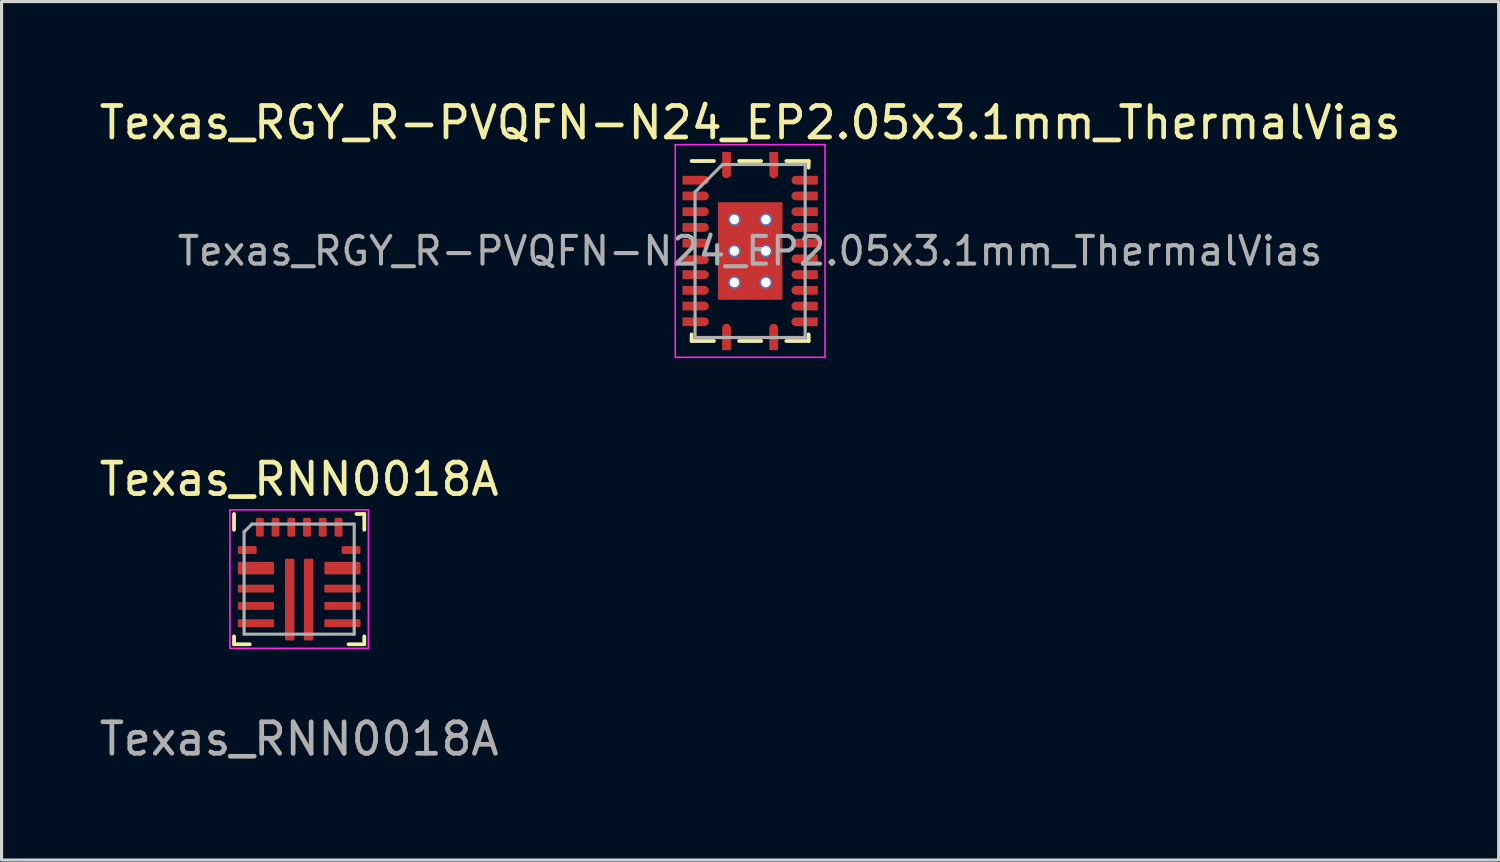
<source format=kicad_pcb>
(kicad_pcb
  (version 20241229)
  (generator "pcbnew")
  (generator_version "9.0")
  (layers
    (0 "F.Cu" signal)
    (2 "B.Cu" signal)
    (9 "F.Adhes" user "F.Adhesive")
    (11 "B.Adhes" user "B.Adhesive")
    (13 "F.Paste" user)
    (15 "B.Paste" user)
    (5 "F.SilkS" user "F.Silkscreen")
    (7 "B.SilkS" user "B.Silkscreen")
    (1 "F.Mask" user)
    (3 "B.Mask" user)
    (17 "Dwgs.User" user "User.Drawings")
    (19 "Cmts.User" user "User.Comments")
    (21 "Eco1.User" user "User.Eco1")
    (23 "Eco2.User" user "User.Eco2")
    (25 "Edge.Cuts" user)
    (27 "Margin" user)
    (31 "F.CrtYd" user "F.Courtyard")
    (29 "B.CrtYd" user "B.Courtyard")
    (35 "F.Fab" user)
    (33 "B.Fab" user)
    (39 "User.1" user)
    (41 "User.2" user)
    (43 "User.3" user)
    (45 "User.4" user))
  (footprint "Texas_RNN0018A"
    (layer "F.Cu")
    (at 6.458 15.357)
    (property "Reference" "Texas_RNN0018A" (at 0 -3.175 0) (layer "F.SilkS") (effects (font (size 1 1) (thickness 0.15))))
    (attr smd)
    (fp_line (start -2.07 -2.07) (end -2.07 -1.57) (stroke (width 0.12) (type solid)) (layer "F.SilkS"))
    (fp_line (start -2.07 1.82) (end -2.07 2.07) (stroke (width 0.12) (type solid)) (layer "F.SilkS"))
    (fp_line (start -2.07 2.07) (end -1.57 2.07) (stroke (width 0.12) (type solid)) (layer "F.SilkS"))
    (fp_line (start 1.82 -2.07) (end 2.07 -2.07) (stroke (width 0.12) (type solid)) (layer "F.SilkS"))
    (fp_line (start 2.07 -2.07) (end 2.07 -1.57) (stroke (width 0.12) (type solid)) (layer "F.SilkS"))
    (fp_line (start 2.07 1.82) (end 2.07 2.07) (stroke (width 0.12) (type solid)) (layer "F.SilkS"))
    (fp_line (start 2.07 2.07) (end 1.57 2.07) (stroke (width 0.12) (type solid)) (layer "F.SilkS"))
    (fp_line (start -2.2 -2.2) (end 2.2 -2.2) (stroke (width 0.05) (type solid)) (layer "F.CrtYd"))
    (fp_line (start -2.2 2.2) (end -2.2 -2.2) (stroke (width 0.05) (type solid)) (layer "F.CrtYd"))
    (fp_line (start 2.2 -2.2) (end 2.2 2.2) (stroke (width 0.05) (type solid)) (layer "F.CrtYd"))
    (fp_line (start 2.2 2.2) (end -2.2 2.2) (stroke (width 0.05) (type solid)) (layer "F.CrtYd"))
    (fp_line (start -1.75 1.75) (end -1.75 -1.5) (stroke (width 0.1) (type solid)) (layer "F.Fab"))
    (fp_line (start -1.5 -1.75) (end -1.75 -1.5) (stroke (width 0.1) (type solid)) (layer "F.Fab"))
    (fp_line (start -1.5 -1.75) (end 1.75 -1.75) (stroke (width 0.1) (type solid)) (layer "F.Fab"))
    (fp_line (start 1.75 -1.75) (end 1.75 1.75) (stroke (width 0.1) (type solid)) (layer "F.Fab"))
    (fp_line (start 1.75 1.75) (end -1.75 1.75) (stroke (width 0.1) (type solid)) (layer "F.Fab"))
    (fp_text user "${REFERENCE}" (at 0 5.08 0) (layer "F.Fab") (effects (font (size 1 1) (thickness 0.15))))
    (pad "1" smd roundrect (at -1.65 -0.925) (size 0.6 0.25) (layers "F.Cu" "F.Mask" "F.Paste") (roundrect_rratio 0.2))
    (pad "2" smd roundrect (at -1.375 -0.35) (size 1.15 0.4) (layers "F.Cu" "F.Mask" "F.Paste") (roundrect_rratio 0.125))
    (pad "3" smd roundrect (at -1.375 0.3) (size 1.15 0.25) (layers "F.Cu" "F.Mask" "F.Paste") (roundrect_rratio 0.125))
    (pad "4" smd roundrect (at -1.375 0.85) (size 1.15 0.25) (layers "F.Cu" "F.Mask" "F.Paste") (roundrect_rratio 0.125))
    (pad "5" smd roundrect (at -1.375 1.4) (size 1.15 0.25) (layers "F.Cu" "F.Mask" "F.Paste") (roundrect_rratio 0.125))
    (pad "6" smd roundrect (at -0.3 0.65 180) (size 0.3 2.6) (layers "F.Cu" "F.Mask" "F.Paste") (roundrect_rratio 0.166))
    (pad "7" smd roundrect (at 0.3 0.65 180) (size 0.3 2.6) (layers "F.Cu" "F.Mask" "F.Paste") (roundrect_rratio 0.166))
    (pad "8" smd roundrect (at 1.375 1.4) (size 1.15 0.25) (layers "F.Cu" "F.Mask" "F.Paste") (roundrect_rratio 0.125))
    (pad "9" smd roundrect (at 1.375 0.85) (size 1.15 0.25) (layers "F.Cu" "F.Mask" "F.Paste") (roundrect_rratio 0.125))
    (pad "10" smd roundrect (at 1.375 0.3) (size 1.15 0.25) (layers "F.Cu" "F.Mask" "F.Paste") (roundrect_rratio 0.125))
    (pad "11" smd roundrect (at 1.375 -0.35) (size 1.15 0.4) (layers "F.Cu" "F.Mask" "F.Paste") (roundrect_rratio 0.125))
    (pad "12" smd roundrect (at 1.65 -0.925) (size 0.6 0.25) (layers "F.Cu" "F.Mask" "F.Paste") (roundrect_rratio 0.2))
    (pad "13" smd roundrect (at 1.25 -1.65 90) (size 0.6 0.25) (layers "F.Cu" "F.Mask" "F.Paste") (roundrect_rratio 0.2))
    (pad "14" smd roundrect (at 0.75 -1.65 90) (size 0.6 0.25) (layers "F.Cu" "F.Mask" "F.Paste") (roundrect_rratio 0.2))
    (pad "15" smd roundrect (at 0.25 -1.65 90) (size 0.6 0.25) (layers "F.Cu" "F.Mask" "F.Paste") (roundrect_rratio 0.2))
    (pad "16" smd roundrect (at -0.25 -1.65 90) (size 0.6 0.25) (layers "F.Cu" "F.Mask" "F.Paste") (roundrect_rratio 0.2))
    (pad "17" smd roundrect (at -0.75 -1.65 90) (size 0.6 0.25) (layers "F.Cu" "F.Mask" "F.Paste") (roundrect_rratio 0.2))
    (pad "18" smd roundrect (at -1.25 -1.65 90) (size 0.6 0.25) (layers "F.Cu" "F.Mask" "F.Paste") (roundrect_rratio 0.2)))
  (footprint "Texas_RGY_R-PVQFN-N24_EP2.05x3.1mm_ThermalVias"
    (layer "F.Cu")
    (at 20.792 4.928)
    (property "Reference" "Texas_RGY_R-PVQFN-N24_EP2.05x3.1mm_ThermalVias" (at 0 -4.08 0) (layer "F.SilkS") (effects (font (size 1 1) (thickness 0.15))))
    (attr smd)
    (fp_line (start -1.86 2.86) (end -1.86 2.65) (stroke (width 0.12) (type solid)) (layer "F.SilkS"))
    (fp_line (start -1.15 -2.86) (end -1.86 -2.86) (stroke (width 0.12) (type solid)) (layer "F.SilkS"))
    (fp_line (start -1.15 2.86) (end -1.86 2.86) (stroke (width 0.12) (type solid)) (layer "F.SilkS"))
    (fp_line (start 0.35 -2.86) (end -0.35 -2.86) (stroke (width 0.12) (type solid)) (layer "F.SilkS"))
    (fp_line (start 0.35 2.86) (end -0.35 2.86) (stroke (width 0.12) (type solid)) (layer "F.SilkS"))
    (fp_line (start 1.15 -2.86) (end 1.86 -2.86) (stroke (width 0.12) (type solid)) (layer "F.SilkS"))
    (fp_line (start 1.15 2.86) (end 1.86 2.86) (stroke (width 0.12) (type solid)) (layer "F.SilkS"))
    (fp_line (start 1.86 -2.86) (end 1.86 -2.65) (stroke (width 0.12) (type solid)) (layer "F.SilkS"))
    (fp_line (start 1.86 2.86) (end 1.86 2.65) (stroke (width 0.12) (type solid)) (layer "F.SilkS"))
    (fp_line (start -2.38 -3.38) (end -2.38 3.38) (stroke (width 0.05) (type solid)) (layer "F.CrtYd"))
    (fp_line (start -2.38 3.38) (end 2.38 3.38) (stroke (width 0.05) (type solid)) (layer "F.CrtYd"))
    (fp_line (start 2.38 -3.38) (end -2.38 -3.38) (stroke (width 0.05) (type solid)) (layer "F.CrtYd"))
    (fp_line (start 2.38 3.38) (end 2.38 -3.38) (stroke (width 0.05) (type solid)) (layer "F.CrtYd"))
    (fp_line (start -1.75 -1.875) (end -0.875 -2.75) (stroke (width 0.1) (type solid)) (layer "F.Fab"))
    (fp_line (start -1.75 2.75) (end -1.75 -1.875) (stroke (width 0.1) (type solid)) (layer "F.Fab"))
    (fp_line (start -0.875 -2.75) (end 1.75 -2.75) (stroke (width 0.1) (type solid)) (layer "F.Fab"))
    (fp_line (start 1.75 -2.75) (end 1.75 2.75) (stroke (width 0.1) (type solid)) (layer "F.Fab"))
    (fp_line (start 1.75 2.75) (end -1.75 2.75) (stroke (width 0.1) (type solid)) (layer "F.Fab"))
    (fp_text user "${REFERENCE}" (at 0 0 0) (layer "F.Fab") (effects (font (size 0.88 0.88) (thickness 0.13))))
    (pad "" smd rect (at -0.56 -0.81) (size 0.82 1.32) (layers "F.Paste"))
    (pad "" smd rect (at -0.56 0.81) (size 0.82 1.32) (layers "F.Paste"))
    (pad "" smd rect (at 0.56 -0.81) (size 0.82 1.32) (layers "F.Paste"))
    (pad "" smd rect (at 0.56 0.81) (size 0.82 1.32) (layers "F.Paste"))
    (pad "1" smd custom (at -0.75 -2.795) (size 0.28 0.71) (layers "F.Cu" "F.Mask" "F.Paste") (options (anchor rect)) (primitives (gr_circle (center 0 0.343) (end 0.14 0.343) (width 0) (fill yes))))
    (pad "2" smd custom (at -1.795 -2.25) (size 0.71 0.28) (layers "F.Cu" "F.Mask" "F.Paste") (options (anchor rect)) (primitives (gr_circle (center 0.355 0) (end 0.495 0) (width 0) (fill yes))))
    (pad "3" smd custom (at -1.795 -1.75) (size 0.71 0.28) (layers "F.Cu" "F.Mask" "F.Paste") (options (anchor rect)) (primitives (gr_circle (center 0.343 0) (end 0.482 0) (width 0) (fill yes))))
    (pad "4" smd custom (at -1.795 -1.25) (size 0.71 0.28) (layers "F.Cu" "F.Mask" "F.Paste") (options (anchor rect)) (primitives (gr_circle (center 0.343 0) (end 0.482 0) (width 0) (fill yes))))
    (pad "5" smd custom (at -1.795 -0.75) (size 0.71 0.28) (layers "F.Cu" "F.Mask" "F.Paste") (options (anchor rect)) (primitives (gr_circle (center 0.343 0) (end 0.482 0) (width 0) (fill yes))))
    (pad "6" smd custom (at -1.795 -0.25) (size 0.71 0.28) (layers "F.Cu" "F.Mask" "F.Paste") (options (anchor rect)) (primitives (gr_circle (center 0.343 0) (end 0.482 0) (width 0) (fill yes))))
    (pad "7" smd custom (at -1.795 0.28) (size 0.71 0.28) (layers "F.Cu" "F.Mask" "F.Paste") (options (anchor rect)) (primitives (gr_circle (center 0.343 0) (end 0.482 0) (width 0) (fill yes))))
    (pad "8" smd custom (at -1.795 0.75) (size 0.71 0.28) (layers "F.Cu" "F.Mask" "F.Paste") (options (anchor rect)) (primitives (gr_circle (center 0.343 0) (end 0.482 0) (width 0) (fill yes))))
    (pad "9" smd custom (at -1.795 1.25) (size 0.71 0.28) (layers "F.Cu" "F.Mask" "F.Paste") (options (anchor rect)) (primitives (gr_circle (center 0.343 0) (end 0.482 0) (width 0) (fill yes))))
    (pad "10" smd custom (at -1.795 1.75) (size 0.71 0.28) (layers "F.Cu" "F.Mask" "F.Paste") (options (anchor rect)) (primitives (gr_circle (center 0.343 0) (end 0.482 0) (width 0) (fill yes))))
    (pad "11" smd custom (at -1.795 2.25) (size 0.71 0.28) (layers "F.Cu" "F.Mask" "F.Paste") (options (anchor rect)) (primitives (gr_circle (center 0.343 0) (end 0.482 0) (width 0) (fill yes))))
    (pad "12" smd custom (at -0.75 2.795) (size 0.28 0.71) (layers "F.Cu" "F.Mask" "F.Paste") (options (anchor rect)) (primitives (gr_circle (center 0 -0.343) (end 0.14 -0.343) (width 0) (fill yes))))
    (pad "13" smd custom (at 0.75 2.795) (size 0.28 0.71) (layers "F.Cu" "F.Mask" "F.Paste") (options (anchor rect)) (primitives (gr_circle (center 0 -0.343) (end 0.14 -0.343) (width 0) (fill yes))))
    (pad "14" smd custom (at 1.795 2.25) (size 0.71 0.28) (layers "F.Cu" "F.Mask" "F.Paste") (options (anchor rect)) (primitives (gr_circle (center -0.343 0) (end -0.203 0) (width 0) (fill yes))))
    (pad "15" smd custom (at 1.795 1.75) (size 0.71 0.28) (layers "F.Cu" "F.Mask" "F.Paste") (options (anchor rect)) (primitives (gr_circle (center -0.343 0) (end -0.203 0) (width 0) (fill yes))))
    (pad "16" smd custom (at 1.795 1.25) (size 0.71 0.28) (layers "F.Cu" "F.Mask" "F.Paste") (options (anchor rect)) (primitives (gr_circle (center -0.343 0) (end -0.203 0) (width 0) (fill yes))))
    (pad "17" smd custom (at 1.795 0.75) (size 0.71 0.28) (layers "F.Cu" "F.Mask" "F.Paste") (options (anchor rect)) (primitives (gr_circle (center -0.343 0) (end -0.203 0) (width 0) (fill yes))))
    (pad "18" smd custom (at 1.795 0.25) (size 0.71 0.28) (layers "F.Cu" "F.Mask" "F.Paste") (options (anchor rect)) (primitives (gr_circle (center -0.343 0) (end -0.203 0) (width 0) (fill yes))))
    (pad "19" smd custom (at 1.795 -0.25) (size 0.71 0.28) (layers "F.Cu" "F.Mask" "F.Paste") (options (anchor rect)) (primitives (gr_circle (center -0.343 0) (end -0.203 0) (width 0) (fill yes))))
    (pad "20" smd custom (at 1.795 -0.75) (size 0.71 0.28) (layers "F.Cu" "F.Mask" "F.Paste") (options (anchor rect)) (primitives (gr_circle (center -0.343 0) (end -0.203 0) (width 0) (fill yes))))
    (pad "21" smd custom (at 1.795 -1.25) (size 0.71 0.28) (layers "F.Cu" "F.Mask" "F.Paste") (options (anchor rect)) (primitives (gr_circle (center -0.343 0) (end -0.203 0) (width 0) (fill yes))))
    (pad "22" smd custom (at 1.795 -1.75) (size 0.71 0.28) (layers "F.Cu" "F.Mask" "F.Paste") (options (anchor rect)) (primitives (gr_circle (center -0.343 0) (end -0.203 0) (width 0) (fill yes))))
    (pad "23" smd custom (at 1.795 -2.25) (size 0.71 0.28) (layers "F.Cu" "F.Mask" "F.Paste") (options (anchor rect)) (primitives (gr_circle (center -0.343 0) (end -0.203 0) (width 0) (fill yes))))
    (pad "24" smd custom (at 0.75 -2.795) (size 0.28 0.71) (layers "F.Cu" "F.Mask" "F.Paste") (options (anchor rect)) (primitives (gr_circle (center 0 0.343) (end 0.14 0.343) (width 0) (fill yes))))
    (pad "25" thru_hole circle (at -0.5 -1) (size 0.4 0.4) (drill 0.3) (layers "*.Cu"))
    (pad "25" thru_hole circle (at -0.5 0) (size 0.4 0.4) (drill 0.3) (layers "*.Cu"))
    (pad "25" thru_hole circle (at -0.5 1) (size 0.4 0.4) (drill 0.3) (layers "*.Cu"))
    (pad "25" smd rect (at 0 0) (size 2.05 3.1) (layers "F.Cu" "F.Mask"))
    (pad "25" thru_hole circle (at 0.5 -1) (size 0.4 0.4) (drill 0.3) (layers "*.Cu"))
    (pad "25" thru_hole circle (at 0.5 0) (size 0.4 0.4) (drill 0.3) (layers "*.Cu"))
    (pad "25" thru_hole circle (at 0.5 1) (size 0.4 0.4) (drill 0.3) (layers "*.Cu")))
  (gr_rect
    (start -3 -3)
    (end 44.583 24.285)
    (stroke (width 0.1) (type default))
    (fill no)
    (layer "Edge.Cuts")))
</source>
